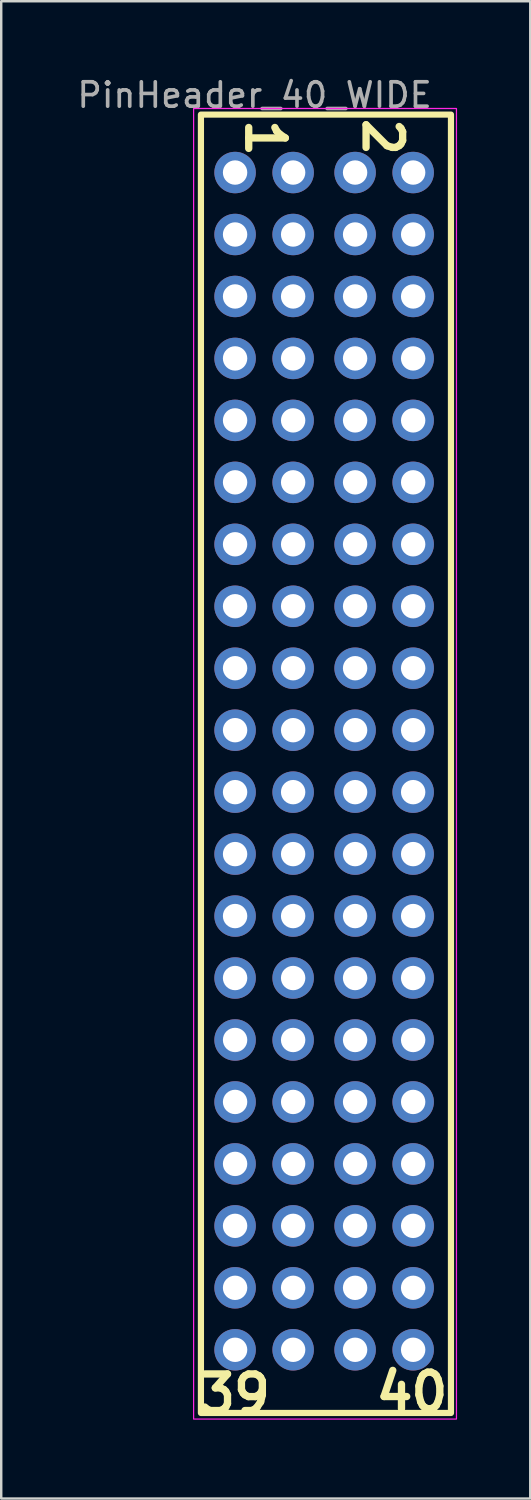
<source format=kicad_pcb>
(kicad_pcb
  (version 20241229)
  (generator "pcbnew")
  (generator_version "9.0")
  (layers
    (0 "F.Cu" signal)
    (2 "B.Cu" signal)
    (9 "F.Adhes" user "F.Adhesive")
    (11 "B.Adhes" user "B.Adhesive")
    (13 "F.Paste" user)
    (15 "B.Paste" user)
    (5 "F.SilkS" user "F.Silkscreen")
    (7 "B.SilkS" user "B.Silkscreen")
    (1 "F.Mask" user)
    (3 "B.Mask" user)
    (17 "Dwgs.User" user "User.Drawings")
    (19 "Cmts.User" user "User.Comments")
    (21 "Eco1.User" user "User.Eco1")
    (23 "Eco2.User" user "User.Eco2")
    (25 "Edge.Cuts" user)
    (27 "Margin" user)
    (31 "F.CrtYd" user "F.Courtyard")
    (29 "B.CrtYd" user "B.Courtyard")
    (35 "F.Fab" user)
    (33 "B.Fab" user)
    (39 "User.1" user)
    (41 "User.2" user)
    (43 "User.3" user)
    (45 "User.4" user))
  (footprint "PinHeader_40_WIDE"
    (layer "F.Cu")
    (at 6.587 4.023)
    (property "Reference" "PinHeader_40_WIDE" (at 0.8 -3.175 0) (layer "F.Fab") (effects (font (size 1 1) (thickness 0.15))))
    (attr through_hole)
    (fp_rect (start -1.4 -2.375) (end 8.85 50.85) (stroke (width 0.254) (type default)) (fill no) (layer "F.SilkS"))
    (fp_rect (start -1.7 -2.625) (end 9.075 51.1) (stroke (width 0.05) (type default)) (fill no) (layer "F.CrtYd"))
    (fp_text user "40" (at 7.25 50.875 0) (unlocked yes) (layer "F.SilkS") (effects (font (size 1.5 1.5) (thickness 0.3) (bold yes)) (justify bottom)))
    (fp_text user "1" (at 0.36 -2.33 270) (unlocked yes) (layer "F.SilkS") (effects (font (size 1.5 1.5) (thickness 0.3) (bold yes)) (justify left bottom)))
    (fp_text user "2" (at 5.17 -2.37 270) (unlocked yes) (layer "F.SilkS") (effects (font (size 1.5 1.5) (thickness 0.3) (bold yes)) (justify left bottom)))
    (fp_text user "39" (at -0.025 50.95 0) (unlocked yes) (layer "F.SilkS") (effects (font (size 1.5 1.5) (thickness 0.3) (bold yes)) (justify bottom)))
    (pad "1" thru_hole circle (at 0 0) (size 1.7 1.7) (drill 1) (layers "*.Cu" "*.Mask"))
    (pad "1" thru_hole circle (at 2.38 0) (size 1.7 1.7) (drill 1) (layers "*.Cu" "*.Mask"))
    (pad "2" thru_hole circle (at 4.92 0) (size 1.7 1.7) (drill 1) (layers "*.Cu" "*.Mask"))
    (pad "2" thru_hole circle (at 7.3 0) (size 1.7 1.7) (drill 1) (layers "*.Cu" "*.Mask"))
    (pad "3" thru_hole circle (at 0 2.54) (size 1.7 1.7) (drill 1) (layers "*.Cu" "*.Mask"))
    (pad "3" thru_hole circle (at 2.38 2.54) (size 1.7 1.7) (drill 1) (layers "*.Cu" "*.Mask"))
    (pad "4" thru_hole circle (at 4.92 2.54) (size 1.7 1.7) (drill 1) (layers "*.Cu" "*.Mask"))
    (pad "4" thru_hole circle (at 7.3 2.54) (size 1.7 1.7) (drill 1) (layers "*.Cu" "*.Mask"))
    (pad "5" thru_hole circle (at 0 5.08) (size 1.7 1.7) (drill 1) (layers "*.Cu" "*.Mask"))
    (pad "5" thru_hole circle (at 2.38 5.08) (size 1.7 1.7) (drill 1) (layers "*.Cu" "*.Mask"))
    (pad "6" thru_hole circle (at 4.92 5.08) (size 1.7 1.7) (drill 1) (layers "*.Cu" "*.Mask"))
    (pad "6" thru_hole circle (at 7.3 5.08) (size 1.7 1.7) (drill 1) (layers "*.Cu" "*.Mask"))
    (pad "7" thru_hole circle (at 0 7.62) (size 1.7 1.7) (drill 1) (layers "*.Cu" "*.Mask"))
    (pad "7" thru_hole circle (at 2.38 7.62) (size 1.7 1.7) (drill 1) (layers "*.Cu" "*.Mask"))
    (pad "8" thru_hole circle (at 4.92 7.62) (size 1.7 1.7) (drill 1) (layers "*.Cu" "*.Mask"))
    (pad "8" thru_hole circle (at 7.3 7.62) (size 1.7 1.7) (drill 1) (layers "*.Cu" "*.Mask"))
    (pad "9" thru_hole circle (at 0 10.16) (size 1.7 1.7) (drill 1) (layers "*.Cu" "*.Mask"))
    (pad "9" thru_hole circle (at 2.38 10.16) (size 1.7 1.7) (drill 1) (layers "*.Cu" "*.Mask"))
    (pad "10" thru_hole circle (at 4.92 10.16) (size 1.7 1.7) (drill 1) (layers "*.Cu" "*.Mask"))
    (pad "10" thru_hole circle (at 7.3 10.16) (size 1.7 1.7) (drill 1) (layers "*.Cu" "*.Mask"))
    (pad "11" thru_hole circle (at 0 12.7) (size 1.7 1.7) (drill 1) (layers "*.Cu" "*.Mask"))
    (pad "11" thru_hole circle (at 2.38 12.7) (size 1.7 1.7) (drill 1) (layers "*.Cu" "*.Mask"))
    (pad "12" thru_hole circle (at 4.92 12.7) (size 1.7 1.7) (drill 1) (layers "*.Cu" "*.Mask"))
    (pad "12" thru_hole circle (at 7.3 12.7) (size 1.7 1.7) (drill 1) (layers "*.Cu" "*.Mask"))
    (pad "13" thru_hole circle (at 0 15.24) (size 1.7 1.7) (drill 1) (layers "*.Cu" "*.Mask"))
    (pad "13" thru_hole circle (at 2.38 15.24) (size 1.7 1.7) (drill 1) (layers "*.Cu" "*.Mask"))
    (pad "14" thru_hole circle (at 4.92 15.24) (size 1.7 1.7) (drill 1) (layers "*.Cu" "*.Mask"))
    (pad "14" thru_hole circle (at 7.3 15.24) (size 1.7 1.7) (drill 1) (layers "*.Cu" "*.Mask"))
    (pad "15" thru_hole circle (at 0 17.78) (size 1.7 1.7) (drill 1) (layers "*.Cu" "*.Mask"))
    (pad "15" thru_hole circle (at 2.38 17.78) (size 1.7 1.7) (drill 1) (layers "*.Cu" "*.Mask"))
    (pad "16" thru_hole circle (at 4.92 17.78) (size 1.7 1.7) (drill 1) (layers "*.Cu" "*.Mask"))
    (pad "16" thru_hole circle (at 7.3 17.78) (size 1.7 1.7) (drill 1) (layers "*.Cu" "*.Mask"))
    (pad "17" thru_hole circle (at 0 20.32) (size 1.7 1.7) (drill 1) (layers "*.Cu" "*.Mask"))
    (pad "17" thru_hole circle (at 2.38 20.32) (size 1.7 1.7) (drill 1) (layers "*.Cu" "*.Mask"))
    (pad "18" thru_hole circle (at 4.92 20.32) (size 1.7 1.7) (drill 1) (layers "*.Cu" "*.Mask"))
    (pad "18" thru_hole circle (at 7.3 20.32) (size 1.7 1.7) (drill 1) (layers "*.Cu" "*.Mask"))
    (pad "19" thru_hole circle (at 0 22.86) (size 1.7 1.7) (drill 1) (layers "*.Cu" "*.Mask"))
    (pad "19" thru_hole circle (at 2.38 22.86) (size 1.7 1.7) (drill 1) (layers "*.Cu" "*.Mask"))
    (pad "20" thru_hole circle (at 4.92 22.86) (size 1.7 1.7) (drill 1) (layers "*.Cu" "*.Mask"))
    (pad "20" thru_hole circle (at 7.3 22.86) (size 1.7 1.7) (drill 1) (layers "*.Cu" "*.Mask"))
    (pad "21" thru_hole circle (at 0 25.4) (size 1.7 1.7) (drill 1) (layers "*.Cu" "*.Mask"))
    (pad "21" thru_hole circle (at 2.38 25.4) (size 1.7 1.7) (drill 1) (layers "*.Cu" "*.Mask"))
    (pad "22" thru_hole circle (at 4.92 25.4) (size 1.7 1.7) (drill 1) (layers "*.Cu" "*.Mask"))
    (pad "22" thru_hole circle (at 7.3 25.4) (size 1.7 1.7) (drill 1) (layers "*.Cu" "*.Mask"))
    (pad "23" thru_hole circle (at 0 27.94) (size 1.7 1.7) (drill 1) (layers "*.Cu" "*.Mask"))
    (pad "23" thru_hole circle (at 2.38 27.94) (size 1.7 1.7) (drill 1) (layers "*.Cu" "*.Mask"))
    (pad "24" thru_hole circle (at 4.92 27.94) (size 1.7 1.7) (drill 1) (layers "*.Cu" "*.Mask"))
    (pad "24" thru_hole circle (at 7.3 27.94) (size 1.7 1.7) (drill 1) (layers "*.Cu" "*.Mask"))
    (pad "25" thru_hole circle (at 0 30.48) (size 1.7 1.7) (drill 1) (layers "*.Cu" "*.Mask"))
    (pad "25" thru_hole circle (at 2.38 30.48) (size 1.7 1.7) (drill 1) (layers "*.Cu" "*.Mask"))
    (pad "26" thru_hole circle (at 4.92 30.48) (size 1.7 1.7) (drill 1) (layers "*.Cu" "*.Mask"))
    (pad "26" thru_hole circle (at 7.3 30.48) (size 1.7 1.7) (drill 1) (layers "*.Cu" "*.Mask"))
    (pad "27" thru_hole circle (at 0 33.02) (size 1.7 1.7) (drill 1) (layers "*.Cu" "*.Mask"))
    (pad "27" thru_hole circle (at 2.38 33.02) (size 1.7 1.7) (drill 1) (layers "*.Cu" "*.Mask"))
    (pad "28" thru_hole circle (at 4.92 33.02) (size 1.7 1.7) (drill 1) (layers "*.Cu" "*.Mask"))
    (pad "28" thru_hole circle (at 7.3 33.02) (size 1.7 1.7) (drill 1) (layers "*.Cu" "*.Mask"))
    (pad "29" thru_hole circle (at 0 35.56) (size 1.7 1.7) (drill 1) (layers "*.Cu" "*.Mask"))
    (pad "29" thru_hole circle (at 2.38 35.56) (size 1.7 1.7) (drill 1) (layers "*.Cu" "*.Mask"))
    (pad "30" thru_hole circle (at 4.92 35.56) (size 1.7 1.7) (drill 1) (layers "*.Cu" "*.Mask"))
    (pad "30" thru_hole circle (at 7.3 35.56) (size 1.7 1.7) (drill 1) (layers "*.Cu" "*.Mask"))
    (pad "31" thru_hole circle (at 0 38.1) (size 1.7 1.7) (drill 1) (layers "*.Cu" "*.Mask"))
    (pad "31" thru_hole circle (at 2.38 38.1) (size 1.7 1.7) (drill 1) (layers "*.Cu" "*.Mask"))
    (pad "32" thru_hole circle (at 4.92 38.1) (size 1.7 1.7) (drill 1) (layers "*.Cu" "*.Mask"))
    (pad "32" thru_hole circle (at 7.3 38.1) (size 1.7 1.7) (drill 1) (layers "*.Cu" "*.Mask"))
    (pad "33" thru_hole circle (at 0 40.64) (size 1.7 1.7) (drill 1) (layers "*.Cu" "*.Mask"))
    (pad "33" thru_hole circle (at 2.38 40.64) (size 1.7 1.7) (drill 1) (layers "*.Cu" "*.Mask"))
    (pad "34" thru_hole circle (at 4.92 40.64) (size 1.7 1.7) (drill 1) (layers "*.Cu" "*.Mask"))
    (pad "34" thru_hole circle (at 7.3 40.64) (size 1.7 1.7) (drill 1) (layers "*.Cu" "*.Mask"))
    (pad "35" thru_hole circle (at 0 43.18) (size 1.7 1.7) (drill 1) (layers "*.Cu" "*.Mask"))
    (pad "35" thru_hole circle (at 2.38 43.18) (size 1.7 1.7) (drill 1) (layers "*.Cu" "*.Mask"))
    (pad "36" thru_hole circle (at 4.92 43.18) (size 1.7 1.7) (drill 1) (layers "*.Cu" "*.Mask"))
    (pad "36" thru_hole circle (at 7.3 43.18) (size 1.7 1.7) (drill 1) (layers "*.Cu" "*.Mask"))
    (pad "37" thru_hole circle (at 0 45.72) (size 1.7 1.7) (drill 1) (layers "*.Cu" "*.Mask"))
    (pad "37" thru_hole circle (at 2.38 45.72) (size 1.7 1.7) (drill 1) (layers "*.Cu" "*.Mask"))
    (pad "38" thru_hole circle (at 4.92 45.72) (size 1.7 1.7) (drill 1) (layers "*.Cu" "*.Mask"))
    (pad "38" thru_hole circle (at 7.3 45.72) (size 1.7 1.7) (drill 1) (layers "*.Cu" "*.Mask"))
    (pad "39" thru_hole circle (at 0 48.26) (size 1.7 1.7) (drill 1) (layers "*.Cu" "*.Mask"))
    (pad "39" thru_hole circle (at 2.38 48.26) (size 1.7 1.7) (drill 1) (layers "*.Cu" "*.Mask"))
    (pad "40" thru_hole circle (at 4.92 48.26) (size 1.7 1.7) (drill 1) (layers "*.Cu" "*.Mask"))
    (pad "40" thru_hole circle (at 7.3 48.26) (size 1.7 1.7) (drill 1) (layers "*.Cu" "*.Mask")))
  (gr_rect
    (start -3 -3)
    (end 18.687 58.381)
    (stroke (width 0.1) (type default))
    (fill no)
    (layer "Edge.Cuts")))
</source>
